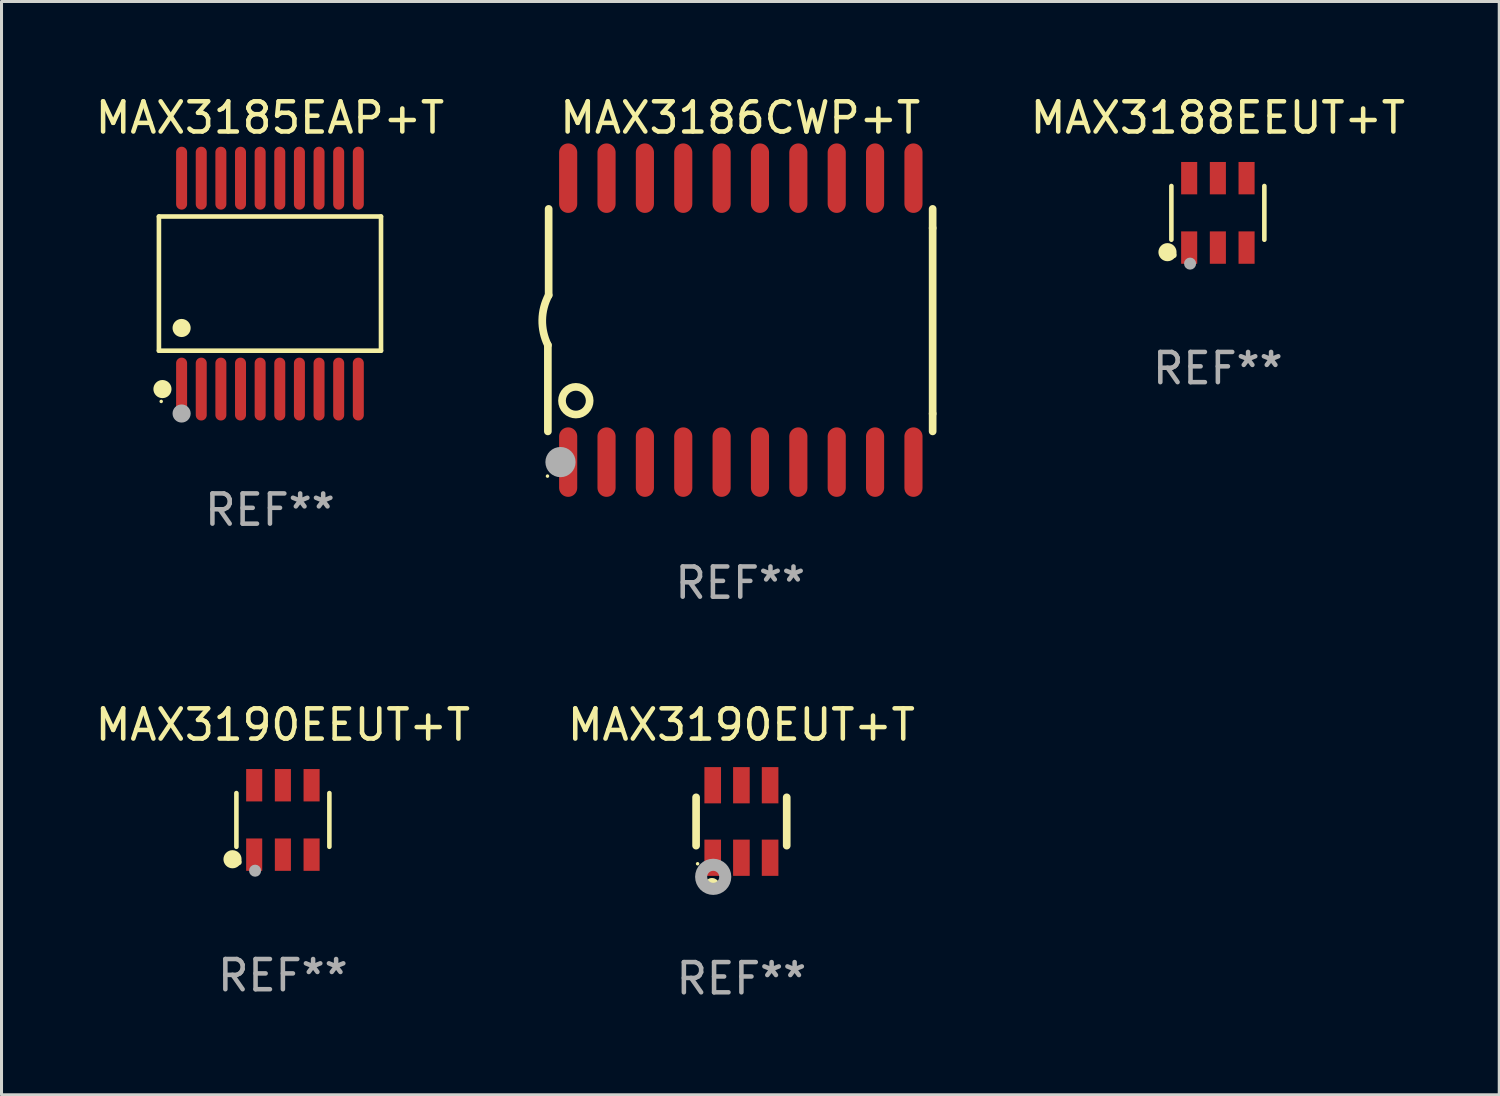
<source format=kicad_pcb>
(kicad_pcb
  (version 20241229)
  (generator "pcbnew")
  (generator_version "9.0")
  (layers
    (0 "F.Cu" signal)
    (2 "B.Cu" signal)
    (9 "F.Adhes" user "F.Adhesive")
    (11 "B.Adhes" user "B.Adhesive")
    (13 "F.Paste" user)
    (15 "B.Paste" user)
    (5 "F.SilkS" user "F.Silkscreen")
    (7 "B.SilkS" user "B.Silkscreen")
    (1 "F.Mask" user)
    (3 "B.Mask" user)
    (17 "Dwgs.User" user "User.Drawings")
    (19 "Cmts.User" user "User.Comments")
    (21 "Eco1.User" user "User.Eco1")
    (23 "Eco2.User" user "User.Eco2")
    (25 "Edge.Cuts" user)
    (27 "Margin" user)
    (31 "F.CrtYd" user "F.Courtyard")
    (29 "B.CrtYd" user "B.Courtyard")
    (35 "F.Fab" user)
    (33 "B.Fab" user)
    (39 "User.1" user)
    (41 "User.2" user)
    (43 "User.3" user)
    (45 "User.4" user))
  (footprint "MAX3188EEUT+T"
    (layer "F.Cu")
    (at 37.267 3.997)
    (property "Reference" "MAX3188EEUT+T" (at 0 -3.149 0) (layer "F.SilkS") (effects (font (size 1 1) (thickness 0.15))))
    (attr through_hole)
    (fp_line (start -1.539 0.889) (end -1.539 -0.889) (stroke (width 0.152) (type solid)) (layer "F.SilkS"))
    (fp_line (start 1.539 0.889) (end 1.539 -0.889) (stroke (width 0.152) (type solid)) (layer "F.SilkS"))
    (fp_circle (center -1.668 1.301) (end -1.518 1.301) (stroke (width 0.3) (type solid)) (fill no) (layer "F.SilkS"))
    (fp_circle (center -1.463 1.4) (end -1.413 1.4) (stroke (width 0.1) (type solid)) (fill no) (layer "F.SilkS"))
    (fp_circle (center -0.92 1.68) (end -0.82 1.68) (stroke (width 0.2) (type solid)) (fill no) (layer "F.Fab"))
    (fp_text user "REF**" (at 0 5.149 0) (layer "F.Fab") (effects (font (size 1 1) (thickness 0.15))))
    (pad "1" smd rect (at -0.95 1.149) (size 0.532 1.072) (layers "F.Cu" "F.Mask" "F.Paste"))
    (pad "2" smd rect (at 0 1.149) (size 0.532 1.072) (layers "F.Cu" "F.Mask" "F.Paste"))
    (pad "3" smd rect (at 0.95 1.149) (size 0.532 1.072) (layers "F.Cu" "F.Mask" "F.Paste"))
    (pad "4" smd rect (at 0.95 -1.149) (size 0.532 1.072) (layers "F.Cu" "F.Mask" "F.Paste"))
    (pad "5" smd rect (at 0 -1.149) (size 0.532 1.072) (layers "F.Cu" "F.Mask" "F.Paste"))
    (pad "6" smd rect (at -0.95 -1.149) (size 0.532 1.072) (layers "F.Cu" "F.Mask" "F.Paste")))
  (footprint "MAX3190EUT+T"
    (layer "F.Cu")
    (at 21.494 24.145)
    (property "Reference" "MAX3190EUT+T" (at 0 -3.2 0) (layer "F.SilkS") (effects (font (size 1 1) (thickness 0.15))))
    (attr through_hole)
    (fp_line (start -1.5 0.8) (end -1.5 -0.8) (stroke (width 0.254) (type solid)) (layer "F.SilkS"))
    (fp_line (start 1.5 -0.8) (end 1.5 0.8) (stroke (width 0.254) (type solid)) (layer "F.SilkS"))
    (fp_circle (center -1.45 1.4) (end -1.42 1.4) (stroke (width 0.06) (type solid)) (fill no) (layer "F.SilkS"))
    (fp_circle (center -0.975 2.125) (end -0.848 2.125) (stroke (width 0.254) (type solid)) (fill no) (layer "F.SilkS"))
    (fp_circle (center -0.934 1.832) (end -0.735 1.832) (stroke (width 0.4) (type solid)) (fill no) (layer "F.Fab"))
    (fp_text user "REF**" (at 0 5.2 0) (layer "F.Fab") (effects (font (size 1 1) (thickness 0.15))))
    (pad "1" smd rect (at -0.95 1.2) (size 0.55 1.2) (layers "F.Cu" "F.Mask" "F.Paste"))
    (pad "2" smd rect (at 0 1.2) (size 0.55 1.2) (layers "F.Cu" "F.Mask" "F.Paste"))
    (pad "3" smd rect (at 0.95 1.2) (size 0.55 1.2) (layers "F.Cu" "F.Mask" "F.Paste"))
    (pad "4" smd rect (at 0.95 -1.2) (size 0.55 1.2) (layers "F.Cu" "F.Mask" "F.Paste"))
    (pad "5" smd rect (at 0 -1.2) (size 0.55 1.2) (layers "F.Cu" "F.Mask" "F.Paste"))
    (pad "6" smd rect (at -0.95 -1.2) (size 0.55 1.2) (layers "F.Cu" "F.Mask" "F.Paste")))
  (footprint "MAX3190EEUT+T"
    (layer "F.Cu")
    (at 6.315 24.094)
    (property "Reference" "MAX3190EEUT+T" (at 0 -3.149 0) (layer "F.SilkS") (effects (font (size 1 1) (thickness 0.15))))
    (attr through_hole)
    (fp_line (start -1.539 0.889) (end -1.539 -0.889) (stroke (width 0.152) (type solid)) (layer "F.SilkS"))
    (fp_line (start 1.539 0.889) (end 1.539 -0.889) (stroke (width 0.152) (type solid)) (layer "F.SilkS"))
    (fp_circle (center -1.668 1.301) (end -1.518 1.301) (stroke (width 0.3) (type solid)) (fill no) (layer "F.SilkS"))
    (fp_circle (center -1.463 1.4) (end -1.413 1.4) (stroke (width 0.1) (type solid)) (fill no) (layer "F.SilkS"))
    (fp_circle (center -0.92 1.68) (end -0.82 1.68) (stroke (width 0.2) (type solid)) (fill no) (layer "F.Fab"))
    (fp_text user "REF**" (at 0 5.149 0) (layer "F.Fab") (effects (font (size 1 1) (thickness 0.15))))
    (pad "1" smd rect (at -0.95 1.149) (size 0.532 1.072) (layers "F.Cu" "F.Mask" "F.Paste"))
    (pad "2" smd rect (at 0 1.149) (size 0.532 1.072) (layers "F.Cu" "F.Mask" "F.Paste"))
    (pad "3" smd rect (at 0.95 1.149) (size 0.532 1.072) (layers "F.Cu" "F.Mask" "F.Paste"))
    (pad "4" smd rect (at 0.95 -1.149) (size 0.532 1.072) (layers "F.Cu" "F.Mask" "F.Paste"))
    (pad "5" smd rect (at 0 -1.149) (size 0.532 1.072) (layers "F.Cu" "F.Mask" "F.Paste"))
    (pad "6" smd rect (at -0.95 -1.149) (size 0.532 1.072) (layers "F.Cu" "F.Mask" "F.Paste")))
  (footprint "MAX3186CWP+T"
    (layer "F.Cu")
    (at 21.456 7.548)
    (property "Reference" "MAX3186CWP+T" (at 0 -6.7 0) (layer "F.SilkS") (effects (font (size 1 1) (thickness 0.15))))
    (attr through_hole)
    (fp_line (start -6.369 0.826) (end -6.369 3.683) (stroke (width 0.254) (type solid)) (layer "F.SilkS"))
    (fp_line (start -6.343 -0.825) (end -6.343 -3.683) (stroke (width 0.254) (type solid)) (layer "F.SilkS"))
    (fp_line (start 6.369 -3.048) (end 6.369 -3.683) (stroke (width 0.254) (type solid)) (layer "F.SilkS"))
    (fp_line (start 6.369 -3.048) (end 6.369 3.096) (stroke (width 0.254) (type solid)) (layer "F.SilkS"))
    (fp_line (start 6.369 3.096) (end 6.369 3.683) (stroke (width 0.254) (type solid)) (layer "F.SilkS"))
    (fp_arc (start -6.36853 0.825552) (mid -6.554743 -0.00301) (end -6.343129 -0.825451) (stroke (width 0.254001) (type solid)) (layer "F.SilkS"))
    (fp_circle (center -6.382 5.163) (end -6.352 5.163) (stroke (width 0.06) (type solid)) (fill no) (layer "F.SilkS"))
    (fp_circle (center -5.443 2.667) (end -4.985 2.667) (stroke (width 0.254) (type solid)) (fill no) (layer "F.SilkS"))
    (fp_circle (center -5.951 4.699) (end -5.701 4.699) (stroke (width 0.5) (type solid)) (fill no) (layer "F.Fab"))
    (fp_text user "REF**" (at 0 8.7 0) (layer "F.Fab") (effects (font (size 1 1) (thickness 0.15))))
    (pad "1" smd oval (at -5.697 4.7 180) (size 0.6 2.3) (layers "F.Cu" "F.Mask" "F.Paste"))
    (pad "2" smd oval (at -4.427 4.7 180) (size 0.6 2.3) (layers "F.Cu" "F.Mask" "F.Paste"))
    (pad "3" smd oval (at -3.157 4.7 180) (size 0.6 2.3) (layers "F.Cu" "F.Mask" "F.Paste"))
    (pad "4" smd oval (at -1.887 4.7 180) (size 0.6 2.3) (layers "F.Cu" "F.Mask" "F.Paste"))
    (pad "5" smd oval (at -0.617 4.7 180) (size 0.6 2.3) (layers "F.Cu" "F.Mask" "F.Paste"))
    (pad "6" smd oval (at 0.653 4.7 180) (size 0.6 2.3) (layers "F.Cu" "F.Mask" "F.Paste"))
    (pad "7" smd oval (at 1.923 4.7 180) (size 0.6 2.3) (layers "F.Cu" "F.Mask" "F.Paste"))
    (pad "8" smd oval (at 3.193 4.7 180) (size 0.6 2.3) (layers "F.Cu" "F.Mask" "F.Paste"))
    (pad "9" smd oval (at 4.463 4.7 180) (size 0.6 2.3) (layers "F.Cu" "F.Mask" "F.Paste"))
    (pad "10" smd oval (at 5.734 4.7 180) (size 0.6 2.3) (layers "F.Cu" "F.Mask" "F.Paste"))
    (pad "11" smd oval (at 5.734 -4.7 180) (size 0.6 2.3) (layers "F.Cu" "F.Mask" "F.Paste"))
    (pad "12" smd oval (at 4.463 -4.7 180) (size 0.6 2.3) (layers "F.Cu" "F.Mask" "F.Paste"))
    (pad "13" smd oval (at 3.193 -4.7 180) (size 0.6 2.3) (layers "F.Cu" "F.Mask" "F.Paste"))
    (pad "14" smd oval (at 1.923 -4.7 180) (size 0.6 2.3) (layers "F.Cu" "F.Mask" "F.Paste"))
    (pad "15" smd oval (at 0.653 -4.7 180) (size 0.6 2.3) (layers "F.Cu" "F.Mask" "F.Paste"))
    (pad "16" smd oval (at -0.617 -4.7 180) (size 0.6 2.3) (layers "F.Cu" "F.Mask" "F.Paste"))
    (pad "17" smd oval (at -1.887 -4.7 180) (size 0.6 2.3) (layers "F.Cu" "F.Mask" "F.Paste"))
    (pad "18" smd oval (at -3.157 -4.7 180) (size 0.6 2.3) (layers "F.Cu" "F.Mask" "F.Paste"))
    (pad "19" smd oval (at -4.427 -4.7 180) (size 0.6 2.3) (layers "F.Cu" "F.Mask" "F.Paste"))
    (pad "20" smd oval (at -5.697 -4.7 180) (size 0.6 2.3) (layers "F.Cu" "F.Mask" "F.Paste")))
  (footprint "MAX3185EAP+T"
    (layer "F.Cu")
    (at 5.887 6.339)
    (property "Reference" "MAX3185EAP+T" (at 0 -5.491 0) (layer "F.SilkS") (effects (font (size 1 1) (thickness 0.15))))
    (attr through_hole)
    (fp_line (start -3.676 -2.221) (end 3.676 -2.221) (stroke (width 0.152) (type solid)) (layer "F.SilkS"))
    (fp_line (start -3.676 2.221) (end -3.676 -2.221) (stroke (width 0.152) (type solid)) (layer "F.SilkS"))
    (fp_line (start 3.676 -2.221) (end 3.676 2.221) (stroke (width 0.152) (type solid)) (layer "F.SilkS"))
    (fp_line (start 3.676 2.221) (end -3.676 2.221) (stroke (width 0.152) (type solid)) (layer "F.SilkS"))
    (fp_circle (center -3.6 3.9) (end -3.57 3.9) (stroke (width 0.06) (type solid)) (fill no) (layer "F.SilkS"))
    (fp_circle (center -3.559 3.491) (end -3.409 3.491) (stroke (width 0.3) (type solid)) (fill no) (layer "F.SilkS"))
    (fp_circle (center -2.925 1.469) (end -2.775 1.469) (stroke (width 0.3) (type solid)) (fill no) (layer "F.SilkS"))
    (fp_circle (center -2.925 4.3) (end -2.775 4.3) (stroke (width 0.3) (type solid)) (fill no) (layer "F.Fab"))
    (fp_text user "REF**" (at 0 7.491 0) (layer "F.Fab") (effects (font (size 1 1) (thickness 0.15))))
    (pad "1" smd oval (at -2.925 3.491) (size 0.364 2.082) (layers "F.Cu" "F.Mask" "F.Paste"))
    (pad "2" smd oval (at -2.275 3.491) (size 0.364 2.082) (layers "F.Cu" "F.Mask" "F.Paste"))
    (pad "3" smd oval (at -1.625 3.491) (size 0.364 2.082) (layers "F.Cu" "F.Mask" "F.Paste"))
    (pad "4" smd oval (at -0.975 3.491) (size 0.364 2.082) (layers "F.Cu" "F.Mask" "F.Paste"))
    (pad "5" smd oval (at -0.325 3.491) (size 0.364 2.082) (layers "F.Cu" "F.Mask" "F.Paste"))
    (pad "6" smd oval (at 0.325 3.491) (size 0.364 2.082) (layers "F.Cu" "F.Mask" "F.Paste"))
    (pad "7" smd oval (at 0.975 3.491) (size 0.364 2.082) (layers "F.Cu" "F.Mask" "F.Paste"))
    (pad "8" smd oval (at 1.625 3.491) (size 0.364 2.082) (layers "F.Cu" "F.Mask" "F.Paste"))
    (pad "9" smd oval (at 2.275 3.491) (size 0.364 2.082) (layers "F.Cu" "F.Mask" "F.Paste"))
    (pad "10" smd oval (at 2.925 3.491) (size 0.364 2.082) (layers "F.Cu" "F.Mask" "F.Paste"))
    (pad "11" smd oval (at 2.925 -3.491) (size 0.364 2.082) (layers "F.Cu" "F.Mask" "F.Paste"))
    (pad "12" smd oval (at 2.275 -3.491) (size 0.364 2.082) (layers "F.Cu" "F.Mask" "F.Paste"))
    (pad "13" smd oval (at 1.625 -3.491) (size 0.364 2.082) (layers "F.Cu" "F.Mask" "F.Paste"))
    (pad "14" smd oval (at 0.975 -3.491) (size 0.364 2.082) (layers "F.Cu" "F.Mask" "F.Paste"))
    (pad "15" smd oval (at 0.325 -3.491) (size 0.364 2.082) (layers "F.Cu" "F.Mask" "F.Paste"))
    (pad "16" smd oval (at -0.325 -3.491) (size 0.364 2.082) (layers "F.Cu" "F.Mask" "F.Paste"))
    (pad "17" smd oval (at -0.975 -3.491) (size 0.364 2.082) (layers "F.Cu" "F.Mask" "F.Paste"))
    (pad "18" smd oval (at -1.625 -3.491) (size 0.364 2.082) (layers "F.Cu" "F.Mask" "F.Paste"))
    (pad "19" smd oval (at -2.275 -3.491) (size 0.364 2.082) (layers "F.Cu" "F.Mask" "F.Paste"))
    (pad "20" smd oval (at -2.925 -3.491) (size 0.364 2.082) (layers "F.Cu" "F.Mask" "F.Paste")))
  (gr_rect
    (start -3 -3)
    (end 46.582 33.193)
    (stroke (width 0.1) (type default))
    (fill no)
    (layer "Edge.Cuts")))
</source>
